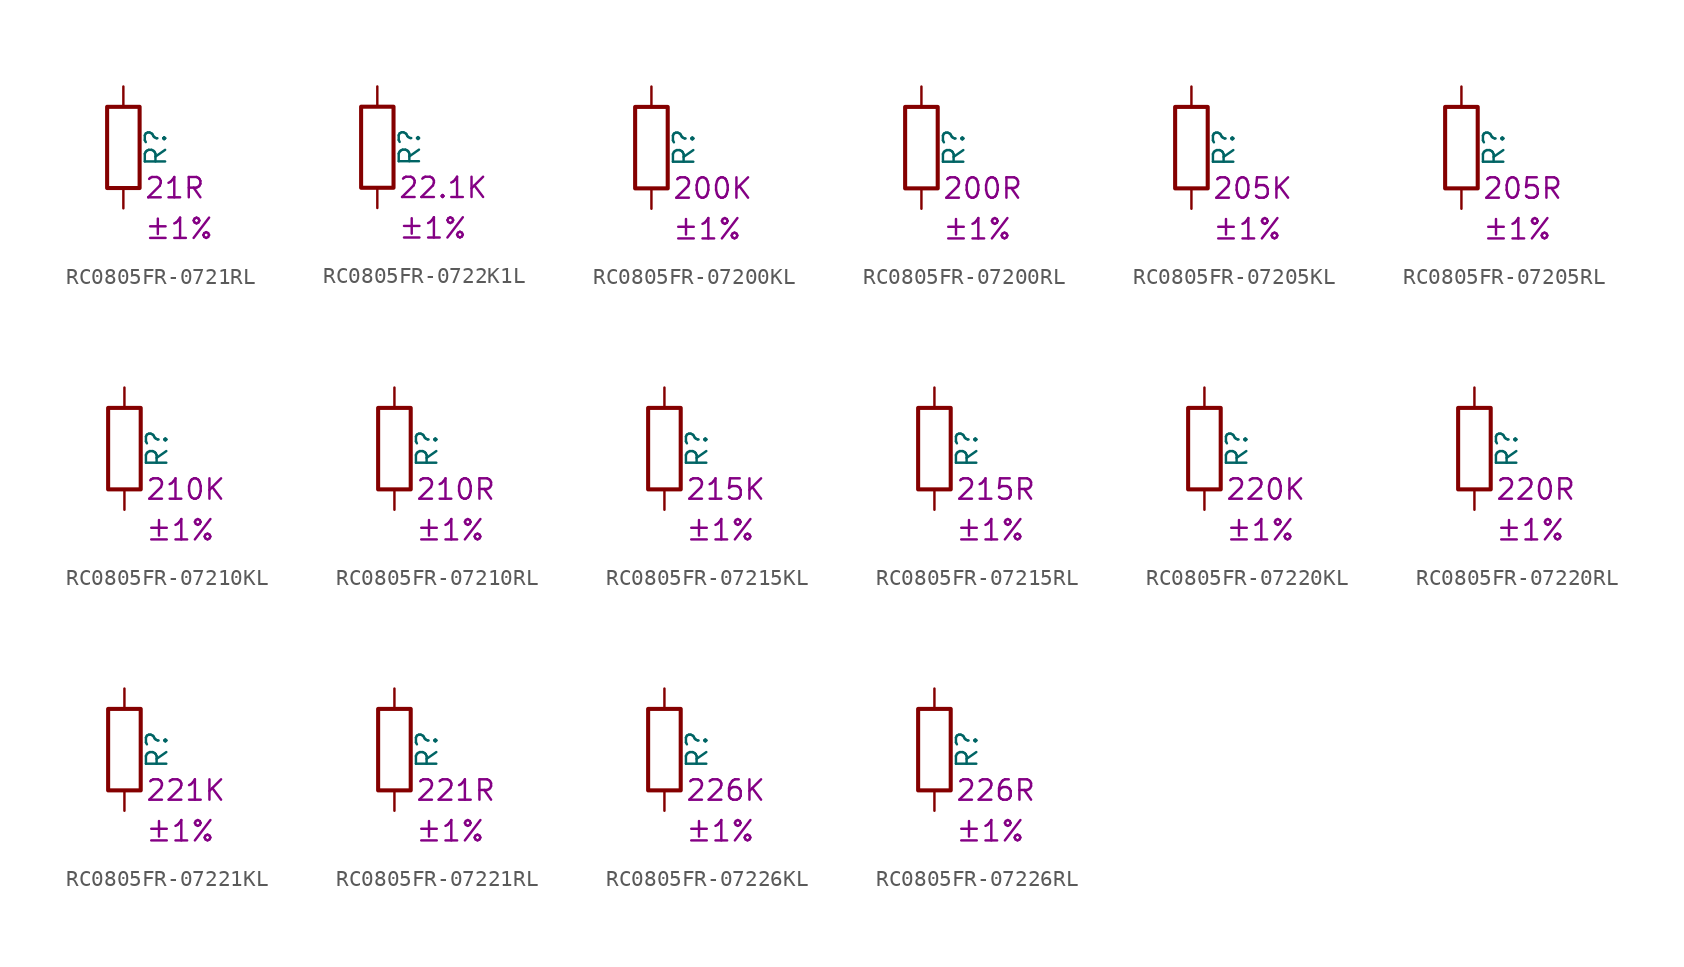
<source format=kicad_sym>
(kicad_symbol_lib
  (version 20220914)
  (generator kicad_symbol_editor)
  (symbol "RC0805FR-0721RL"
    (pin_numbers hide)
    (pin_names
      (offset 0))
    (property "Reference" "R"
      (at 2.032 0 90)
      (effects (font (size 1.27 1.27))))
    (property "Resistance" "21R"
      (at 1.27 -2.54 0)
      (effects (font (size 1.27 1.27)) (justify left)))
    (property "Tolerance" "±1%"
      (at 1.27 -5.08 0)
      (effects (font (size 1.27 1.27)) (justify left)))
    (symbol "RC0805FR-0721RL_0_1"
      (rectangle (start -1.016 -2.54) (end 1.016 2.54) (stroke (width 0.254) (type default)) (fill (type none))))
    (symbol "RC0805FR-0721RL_1_1"
      (pin passive line (at 0 3.81 270) (length 1.27) (name "~" (effects (font (size 1.27 1.27)))) (number "1" (effects (font (size 1.27 1.27)))))
      (pin passive line (at 0 -3.81 90) (length 1.27) (name "~" (effects (font (size 1.27 1.27)))) (number "2" (effects (font (size 1.27 1.27)))))))
  (symbol "RC0805FR-0722K1L"
    (pin_numbers hide)
    (pin_names
      (offset 0))
    (property "Reference" "R"
      (at 2.032 0 90)
      (effects (font (size 1.27 1.27))))
    (property "Resistance" "22.1K"
      (at 1.27 -2.54 0)
      (effects (font (size 1.27 1.27)) (justify left)))
    (property "Tolerance" "±1%"
      (at 1.27 -5.08 0)
      (effects (font (size 1.27 1.27)) (justify left)))
    (symbol "RC0805FR-0722K1L_0_1"
      (rectangle (start -1.016 -2.54) (end 1.016 2.54) (stroke (width 0.254) (type default)) (fill (type none))))
    (symbol "RC0805FR-0722K1L_1_1"
      (pin passive line (at 0 3.81 270) (length 1.27) (name "~" (effects (font (size 1.27 1.27)))) (number "1" (effects (font (size 1.27 1.27)))))
      (pin passive line (at 0 -3.81 90) (length 1.27) (name "~" (effects (font (size 1.27 1.27)))) (number "2" (effects (font (size 1.27 1.27)))))))
  (symbol "RC0805FR-07200KL"
    (pin_numbers hide)
    (pin_names
      (offset 0))
    (property "Reference" "R"
      (at 2.032 0 90)
      (effects (font (size 1.27 1.27))))
    (property "Resistance" "200K"
      (at 1.27 -2.54 0)
      (effects (font (size 1.27 1.27)) (justify left)))
    (property "Tolerance" "±1%"
      (at 1.27 -5.08 0)
      (effects (font (size 1.27 1.27)) (justify left)))
    (symbol "RC0805FR-07200KL_0_1"
      (rectangle (start -1.016 -2.54) (end 1.016 2.54) (stroke (width 0.254) (type default)) (fill (type none))))
    (symbol "RC0805FR-07200KL_1_1"
      (pin passive line (at 0 3.81 270) (length 1.27) (name "~" (effects (font (size 1.27 1.27)))) (number "1" (effects (font (size 1.27 1.27)))))
      (pin passive line (at 0 -3.81 90) (length 1.27) (name "~" (effects (font (size 1.27 1.27)))) (number "2" (effects (font (size 1.27 1.27)))))))
  (symbol "RC0805FR-07200RL"
    (pin_numbers hide)
    (pin_names
      (offset 0))
    (property "Reference" "R"
      (at 2.032 0 90)
      (effects (font (size 1.27 1.27))))
    (property "Resistance" "200R"
      (at 1.27 -2.54 0)
      (effects (font (size 1.27 1.27)) (justify left)))
    (property "Tolerance" "±1%"
      (at 1.27 -5.08 0)
      (effects (font (size 1.27 1.27)) (justify left)))
    (symbol "RC0805FR-07200RL_0_1"
      (rectangle (start -1.016 -2.54) (end 1.016 2.54) (stroke (width 0.254) (type default)) (fill (type none))))
    (symbol "RC0805FR-07200RL_1_1"
      (pin passive line (at 0 3.81 270) (length 1.27) (name "~" (effects (font (size 1.27 1.27)))) (number "1" (effects (font (size 1.27 1.27)))))
      (pin passive line (at 0 -3.81 90) (length 1.27) (name "~" (effects (font (size 1.27 1.27)))) (number "2" (effects (font (size 1.27 1.27)))))))
  (symbol "RC0805FR-07205KL"
    (pin_numbers hide)
    (pin_names
      (offset 0))
    (property "Reference" "R"
      (at 2.032 0 90)
      (effects (font (size 1.27 1.27))))
    (property "Resistance" "205K"
      (at 1.27 -2.54 0)
      (effects (font (size 1.27 1.27)) (justify left)))
    (property "Tolerance" "±1%"
      (at 1.27 -5.08 0)
      (effects (font (size 1.27 1.27)) (justify left)))
    (symbol "RC0805FR-07205KL_0_1"
      (rectangle (start -1.016 -2.54) (end 1.016 2.54) (stroke (width 0.254) (type default)) (fill (type none))))
    (symbol "RC0805FR-07205KL_1_1"
      (pin passive line (at 0 3.81 270) (length 1.27) (name "~" (effects (font (size 1.27 1.27)))) (number "1" (effects (font (size 1.27 1.27)))))
      (pin passive line (at 0 -3.81 90) (length 1.27) (name "~" (effects (font (size 1.27 1.27)))) (number "2" (effects (font (size 1.27 1.27)))))))
  (symbol "RC0805FR-07205RL"
    (pin_numbers hide)
    (pin_names
      (offset 0))
    (property "Reference" "R"
      (at 2.032 0 90)
      (effects (font (size 1.27 1.27))))
    (property "Resistance" "205R"
      (at 1.27 -2.54 0)
      (effects (font (size 1.27 1.27)) (justify left)))
    (property "Tolerance" "±1%"
      (at 1.27 -5.08 0)
      (effects (font (size 1.27 1.27)) (justify left)))
    (symbol "RC0805FR-07205RL_0_1"
      (rectangle (start -1.016 -2.54) (end 1.016 2.54) (stroke (width 0.254) (type default)) (fill (type none))))
    (symbol "RC0805FR-07205RL_1_1"
      (pin passive line (at 0 3.81 270) (length 1.27) (name "~" (effects (font (size 1.27 1.27)))) (number "1" (effects (font (size 1.27 1.27)))))
      (pin passive line (at 0 -3.81 90) (length 1.27) (name "~" (effects (font (size 1.27 1.27)))) (number "2" (effects (font (size 1.27 1.27)))))))
  (symbol "RC0805FR-07210KL"
    (pin_numbers hide)
    (pin_names
      (offset 0))
    (property "Reference" "R"
      (at 2.032 0 90)
      (effects (font (size 1.27 1.27))))
    (property "Resistance" "210K"
      (at 1.27 -2.54 0)
      (effects (font (size 1.27 1.27)) (justify left)))
    (property "Tolerance" "±1%"
      (at 1.27 -5.08 0)
      (effects (font (size 1.27 1.27)) (justify left)))
    (symbol "RC0805FR-07210KL_0_1"
      (rectangle (start -1.016 -2.54) (end 1.016 2.54) (stroke (width 0.254) (type default)) (fill (type none))))
    (symbol "RC0805FR-07210KL_1_1"
      (pin passive line (at 0 3.81 270) (length 1.27) (name "~" (effects (font (size 1.27 1.27)))) (number "1" (effects (font (size 1.27 1.27)))))
      (pin passive line (at 0 -3.81 90) (length 1.27) (name "~" (effects (font (size 1.27 1.27)))) (number "2" (effects (font (size 1.27 1.27)))))))
  (symbol "RC0805FR-07210RL"
    (pin_numbers hide)
    (pin_names
      (offset 0))
    (property "Reference" "R"
      (at 2.032 0 90)
      (effects (font (size 1.27 1.27))))
    (property "Resistance" "210R"
      (at 1.27 -2.54 0)
      (effects (font (size 1.27 1.27)) (justify left)))
    (property "Tolerance" "±1%"
      (at 1.27 -5.08 0)
      (effects (font (size 1.27 1.27)) (justify left)))
    (symbol "RC0805FR-07210RL_0_1"
      (rectangle (start -1.016 -2.54) (end 1.016 2.54) (stroke (width 0.254) (type default)) (fill (type none))))
    (symbol "RC0805FR-07210RL_1_1"
      (pin passive line (at 0 3.81 270) (length 1.27) (name "~" (effects (font (size 1.27 1.27)))) (number "1" (effects (font (size 1.27 1.27)))))
      (pin passive line (at 0 -3.81 90) (length 1.27) (name "~" (effects (font (size 1.27 1.27)))) (number "2" (effects (font (size 1.27 1.27)))))))
  (symbol "RC0805FR-07215KL"
    (pin_numbers hide)
    (pin_names
      (offset 0))
    (property "Reference" "R"
      (at 2.032 0 90)
      (effects (font (size 1.27 1.27))))
    (property "Resistance" "215K"
      (at 1.27 -2.54 0)
      (effects (font (size 1.27 1.27)) (justify left)))
    (property "Tolerance" "±1%"
      (at 1.27 -5.08 0)
      (effects (font (size 1.27 1.27)) (justify left)))
    (symbol "RC0805FR-07215KL_0_1"
      (rectangle (start -1.016 -2.54) (end 1.016 2.54) (stroke (width 0.254) (type default)) (fill (type none))))
    (symbol "RC0805FR-07215KL_1_1"
      (pin passive line (at 0 3.81 270) (length 1.27) (name "~" (effects (font (size 1.27 1.27)))) (number "1" (effects (font (size 1.27 1.27)))))
      (pin passive line (at 0 -3.81 90) (length 1.27) (name "~" (effects (font (size 1.27 1.27)))) (number "2" (effects (font (size 1.27 1.27)))))))
  (symbol "RC0805FR-07215RL"
    (pin_numbers hide)
    (pin_names
      (offset 0))
    (property "Reference" "R"
      (at 2.032 0 90)
      (effects (font (size 1.27 1.27))))
    (property "Resistance" "215R"
      (at 1.27 -2.54 0)
      (effects (font (size 1.27 1.27)) (justify left)))
    (property "Tolerance" "±1%"
      (at 1.27 -5.08 0)
      (effects (font (size 1.27 1.27)) (justify left)))
    (symbol "RC0805FR-07215RL_0_1"
      (rectangle (start -1.016 -2.54) (end 1.016 2.54) (stroke (width 0.254) (type default)) (fill (type none))))
    (symbol "RC0805FR-07215RL_1_1"
      (pin passive line (at 0 3.81 270) (length 1.27) (name "~" (effects (font (size 1.27 1.27)))) (number "1" (effects (font (size 1.27 1.27)))))
      (pin passive line (at 0 -3.81 90) (length 1.27) (name "~" (effects (font (size 1.27 1.27)))) (number "2" (effects (font (size 1.27 1.27)))))))
  (symbol "RC0805FR-07220KL"
    (pin_numbers hide)
    (pin_names
      (offset 0))
    (property "Reference" "R"
      (at 2.032 0 90)
      (effects (font (size 1.27 1.27))))
    (property "Resistance" "220K"
      (at 1.27 -2.54 0)
      (effects (font (size 1.27 1.27)) (justify left)))
    (property "Tolerance" "±1%"
      (at 1.27 -5.08 0)
      (effects (font (size 1.27 1.27)) (justify left)))
    (symbol "RC0805FR-07220KL_0_1"
      (rectangle (start -1.016 -2.54) (end 1.016 2.54) (stroke (width 0.254) (type default)) (fill (type none))))
    (symbol "RC0805FR-07220KL_1_1"
      (pin passive line (at 0 3.81 270) (length 1.27) (name "~" (effects (font (size 1.27 1.27)))) (number "1" (effects (font (size 1.27 1.27)))))
      (pin passive line (at 0 -3.81 90) (length 1.27) (name "~" (effects (font (size 1.27 1.27)))) (number "2" (effects (font (size 1.27 1.27)))))))
  (symbol "RC0805FR-07220RL"
    (pin_numbers hide)
    (pin_names
      (offset 0))
    (property "Reference" "R"
      (at 2.032 0 90)
      (effects (font (size 1.27 1.27))))
    (property "Resistance" "220R"
      (at 1.27 -2.54 0)
      (effects (font (size 1.27 1.27)) (justify left)))
    (property "Tolerance" "±1%"
      (at 1.27 -5.08 0)
      (effects (font (size 1.27 1.27)) (justify left)))
    (symbol "RC0805FR-07220RL_0_1"
      (rectangle (start -1.016 -2.54) (end 1.016 2.54) (stroke (width 0.254) (type default)) (fill (type none))))
    (symbol "RC0805FR-07220RL_1_1"
      (pin passive line (at 0 3.81 270) (length 1.27) (name "~" (effects (font (size 1.27 1.27)))) (number "1" (effects (font (size 1.27 1.27)))))
      (pin passive line (at 0 -3.81 90) (length 1.27) (name "~" (effects (font (size 1.27 1.27)))) (number "2" (effects (font (size 1.27 1.27)))))))
  (symbol "RC0805FR-07221KL"
    (pin_numbers hide)
    (pin_names
      (offset 0))
    (property "Reference" "R"
      (at 2.032 0 90)
      (effects (font (size 1.27 1.27))))
    (property "Resistance" "221K"
      (at 1.27 -2.54 0)
      (effects (font (size 1.27 1.27)) (justify left)))
    (property "Tolerance" "±1%"
      (at 1.27 -5.08 0)
      (effects (font (size 1.27 1.27)) (justify left)))
    (symbol "RC0805FR-07221KL_0_1"
      (rectangle (start -1.016 -2.54) (end 1.016 2.54) (stroke (width 0.254) (type default)) (fill (type none))))
    (symbol "RC0805FR-07221KL_1_1"
      (pin passive line (at 0 3.81 270) (length 1.27) (name "~" (effects (font (size 1.27 1.27)))) (number "1" (effects (font (size 1.27 1.27)))))
      (pin passive line (at 0 -3.81 90) (length 1.27) (name "~" (effects (font (size 1.27 1.27)))) (number "2" (effects (font (size 1.27 1.27)))))))
  (symbol "RC0805FR-07221RL"
    (pin_numbers hide)
    (pin_names
      (offset 0))
    (property "Reference" "R"
      (at 2.032 0 90)
      (effects (font (size 1.27 1.27))))
    (property "Resistance" "221R"
      (at 1.27 -2.54 0)
      (effects (font (size 1.27 1.27)) (justify left)))
    (property "Tolerance" "±1%"
      (at 1.27 -5.08 0)
      (effects (font (size 1.27 1.27)) (justify left)))
    (symbol "RC0805FR-07221RL_0_1"
      (rectangle (start -1.016 -2.54) (end 1.016 2.54) (stroke (width 0.254) (type default)) (fill (type none))))
    (symbol "RC0805FR-07221RL_1_1"
      (pin passive line (at 0 3.81 270) (length 1.27) (name "~" (effects (font (size 1.27 1.27)))) (number "1" (effects (font (size 1.27 1.27)))))
      (pin passive line (at 0 -3.81 90) (length 1.27) (name "~" (effects (font (size 1.27 1.27)))) (number "2" (effects (font (size 1.27 1.27)))))))
  (symbol "RC0805FR-07226KL"
    (pin_numbers hide)
    (pin_names
      (offset 0))
    (property "Reference" "R"
      (at 2.032 0 90)
      (effects (font (size 1.27 1.27))))
    (property "Resistance" "226K"
      (at 1.27 -2.54 0)
      (effects (font (size 1.27 1.27)) (justify left)))
    (property "Tolerance" "±1%"
      (at 1.27 -5.08 0)
      (effects (font (size 1.27 1.27)) (justify left)))
    (symbol "RC0805FR-07226KL_0_1"
      (rectangle (start -1.016 -2.54) (end 1.016 2.54) (stroke (width 0.254) (type default)) (fill (type none))))
    (symbol "RC0805FR-07226KL_1_1"
      (pin passive line (at 0 3.81 270) (length 1.27) (name "~" (effects (font (size 1.27 1.27)))) (number "1" (effects (font (size 1.27 1.27)))))
      (pin passive line (at 0 -3.81 90) (length 1.27) (name "~" (effects (font (size 1.27 1.27)))) (number "2" (effects (font (size 1.27 1.27)))))))
  (symbol "RC0805FR-07226RL"
    (pin_numbers hide)
    (pin_names
      (offset 0))
    (property "Reference" "R"
      (at 2.032 0 90)
      (effects (font (size 1.27 1.27))))
    (property "Resistance" "226R"
      (at 1.27 -2.54 0)
      (effects (font (size 1.27 1.27)) (justify left)))
    (property "Tolerance" "±1%"
      (at 1.27 -5.08 0)
      (effects (font (size 1.27 1.27)) (justify left)))
    (symbol "RC0805FR-07226RL_0_1"
      (rectangle (start -1.016 -2.54) (end 1.016 2.54) (stroke (width 0.254) (type default)) (fill (type none))))
    (symbol "RC0805FR-07226RL_1_1"
      (pin passive line (at 0 3.81 270) (length 1.27) (name "~" (effects (font (size 1.27 1.27)))) (number "1" (effects (font (size 1.27 1.27)))))
      (pin passive line (at 0 -3.81 90) (length 1.27) (name "~" (effects (font (size 1.27 1.27)))) (number "2" (effects (font (size 1.27 1.27))))))))
</source>
